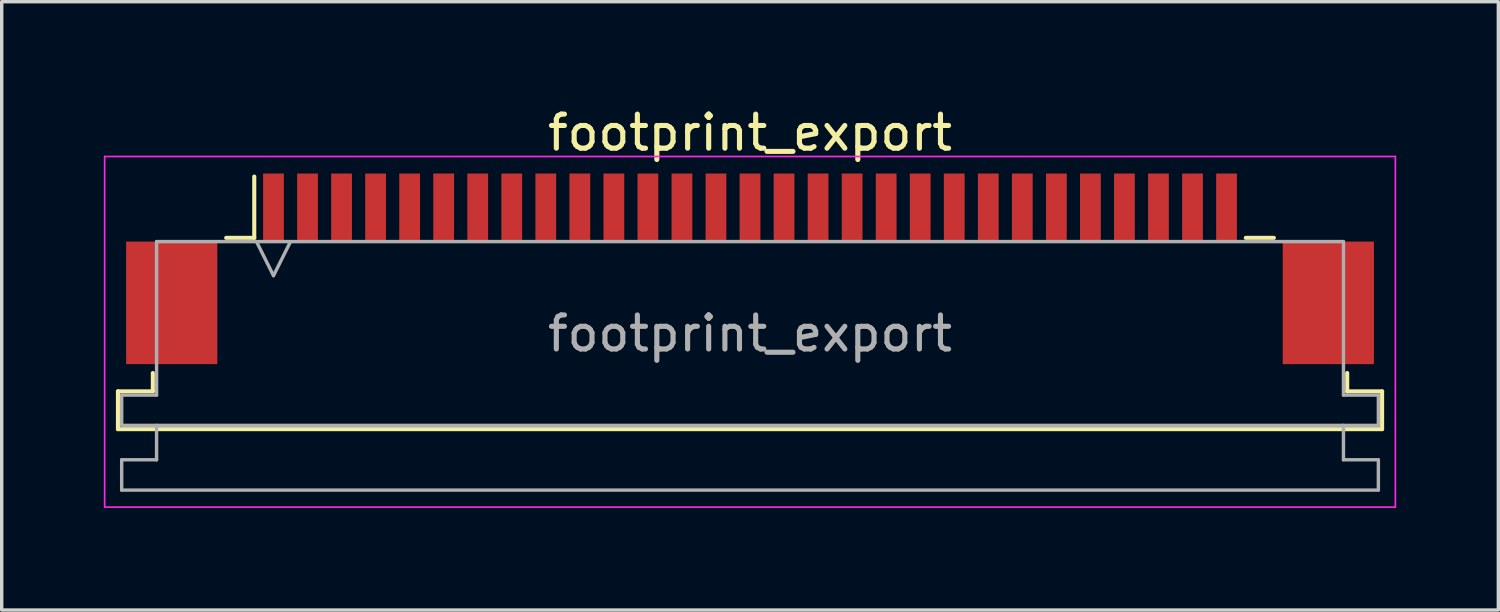
<source format=kicad_pcb>
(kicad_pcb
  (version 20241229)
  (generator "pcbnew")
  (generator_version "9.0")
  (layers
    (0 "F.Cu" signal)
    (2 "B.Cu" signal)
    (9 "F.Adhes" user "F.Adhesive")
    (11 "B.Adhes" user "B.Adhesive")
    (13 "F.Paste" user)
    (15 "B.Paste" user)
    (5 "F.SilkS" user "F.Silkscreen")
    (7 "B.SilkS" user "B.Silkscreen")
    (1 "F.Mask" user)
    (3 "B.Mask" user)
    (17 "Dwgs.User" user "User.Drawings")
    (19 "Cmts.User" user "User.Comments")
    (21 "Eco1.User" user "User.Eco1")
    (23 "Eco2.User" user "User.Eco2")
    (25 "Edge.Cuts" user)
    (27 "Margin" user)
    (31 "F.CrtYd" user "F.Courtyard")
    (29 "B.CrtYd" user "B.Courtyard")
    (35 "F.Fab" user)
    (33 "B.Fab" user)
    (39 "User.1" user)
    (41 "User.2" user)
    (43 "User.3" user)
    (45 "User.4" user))
  (footprint "footprint_export"
    (layer "F.Cu")
    (at 18.985 4.848)
    (property "Reference" "footprint_export" (at 0 -4 0) (layer "F.SilkS") (effects (font (size 1 1) (thickness 0.15))))
    (attr smd)
    (fp_line (start -18.57 3.6) (end -17.545 3.6) (stroke (width 0.12) (type solid)) (layer "F.SilkS"))
    (fp_line (start -18.57 4.71) (end -18.57 3.6) (stroke (width 0.12) (type solid)) (layer "F.SilkS"))
    (fp_line (start -17.545 3.6) (end -17.545 3.06) (stroke (width 0.12) (type solid)) (layer "F.SilkS"))
    (fp_line (start -15.39 -0.91) (end -14.565 -0.91) (stroke (width 0.12) (type solid)) (layer "F.SilkS"))
    (fp_line (start -14.565 -0.91) (end -14.565 -2.71) (stroke (width 0.12) (type solid)) (layer "F.SilkS"))
    (fp_line (start 14.565 -0.91) (end 15.39 -0.91) (stroke (width 0.12) (type solid)) (layer "F.SilkS"))
    (fp_line (start 17.545 3.06) (end 17.545 3.6) (stroke (width 0.12) (type solid)) (layer "F.SilkS"))
    (fp_line (start 17.545 3.6) (end 18.57 3.6) (stroke (width 0.12) (type solid)) (layer "F.SilkS"))
    (fp_line (start 18.57 3.6) (end 18.57 4.71) (stroke (width 0.12) (type solid)) (layer "F.SilkS"))
    (fp_line (start 18.57 4.71) (end -18.57 4.71) (stroke (width 0.12) (type solid)) (layer "F.SilkS"))
    (fp_line (start -18.96 -3.3) (end -18.96 7) (stroke (width 0.05) (type solid)) (layer "F.CrtYd"))
    (fp_line (start -18.96 7) (end 18.96 7) (stroke (width 0.05) (type solid)) (layer "F.CrtYd"))
    (fp_line (start 18.96 -3.3) (end -18.96 -3.3) (stroke (width 0.05) (type solid)) (layer "F.CrtYd"))
    (fp_line (start 18.96 7) (end 18.96 -3.3) (stroke (width 0.05) (type solid)) (layer "F.CrtYd"))
    (fp_line (start -18.46 3.71) (end -17.435 3.71) (stroke (width 0.1) (type solid)) (layer "F.Fab"))
    (fp_line (start -18.46 4.6) (end -18.46 3.71) (stroke (width 0.1) (type solid)) (layer "F.Fab"))
    (fp_line (start -18.46 5.61) (end -17.435 5.61) (stroke (width 0.1) (type solid)) (layer "F.Fab"))
    (fp_line (start -18.46 6.5) (end -18.46 5.61) (stroke (width 0.1) (type solid)) (layer "F.Fab"))
    (fp_line (start -17.435 -0.8) (end 17.435 -0.8) (stroke (width 0.1) (type solid)) (layer "F.Fab"))
    (fp_line (start -17.435 3.71) (end -17.435 -0.8) (stroke (width 0.1) (type solid)) (layer "F.Fab"))
    (fp_line (start -17.435 5.61) (end -17.435 4.6) (stroke (width 0.1) (type solid)) (layer "F.Fab"))
    (fp_line (start -14.5 -0.8) (end -14 0.2) (stroke (width 0.1) (type solid)) (layer "F.Fab"))
    (fp_line (start -14 0.2) (end -13.5 -0.8) (stroke (width 0.1) (type solid)) (layer "F.Fab"))
    (fp_line (start 17.435 -0.8) (end 17.435 3.71) (stroke (width 0.1) (type solid)) (layer "F.Fab"))
    (fp_line (start 17.435 3.71) (end 18.46 3.71) (stroke (width 0.1) (type solid)) (layer "F.Fab"))
    (fp_line (start 17.435 4.6) (end 17.435 5.61) (stroke (width 0.1) (type solid)) (layer "F.Fab"))
    (fp_line (start 17.435 5.61) (end 18.46 5.61) (stroke (width 0.1) (type solid)) (layer "F.Fab"))
    (fp_line (start 18.46 3.71) (end 18.46 4.6) (stroke (width 0.1) (type solid)) (layer "F.Fab"))
    (fp_line (start 18.46 4.6) (end -18.46 4.6) (stroke (width 0.1) (type solid)) (layer "F.Fab"))
    (fp_line (start 18.46 5.61) (end 18.46 6.5) (stroke (width 0.1) (type solid)) (layer "F.Fab"))
    (fp_line (start 18.46 6.5) (end -18.46 6.5) (stroke (width 0.1) (type solid)) (layer "F.Fab"))
    (fp_text user "${REFERENCE}" (at 0 1.9 0) (layer "F.Fab") (effects (font (size 1 1) (thickness 0.15))))
    (pad "1" smd rect (at -14 -1.8) (size 0.61 2) (layers "F.Cu" "F.Mask" "F.Paste"))
    (pad "2" smd rect (at -13 -1.8) (size 0.61 2) (layers "F.Cu" "F.Mask" "F.Paste"))
    (pad "3" smd rect (at -12 -1.8) (size 0.61 2) (layers "F.Cu" "F.Mask" "F.Paste"))
    (pad "4" smd rect (at -11 -1.8) (size 0.61 2) (layers "F.Cu" "F.Mask" "F.Paste"))
    (pad "5" smd rect (at -10 -1.8) (size 0.61 2) (layers "F.Cu" "F.Mask" "F.Paste"))
    (pad "6" smd rect (at -9 -1.8) (size 0.61 2) (layers "F.Cu" "F.Mask" "F.Paste"))
    (pad "7" smd rect (at -8 -1.8) (size 0.61 2) (layers "F.Cu" "F.Mask" "F.Paste"))
    (pad "8" smd rect (at -7 -1.8) (size 0.61 2) (layers "F.Cu" "F.Mask" "F.Paste"))
    (pad "9" smd rect (at -6 -1.8) (size 0.61 2) (layers "F.Cu" "F.Mask" "F.Paste"))
    (pad "10" smd rect (at -5 -1.8) (size 0.61 2) (layers "F.Cu" "F.Mask" "F.Paste"))
    (pad "11" smd rect (at -4 -1.8) (size 0.61 2) (layers "F.Cu" "F.Mask" "F.Paste"))
    (pad "12" smd rect (at -3 -1.8) (size 0.61 2) (layers "F.Cu" "F.Mask" "F.Paste"))
    (pad "13" smd rect (at -2 -1.8) (size 0.61 2) (layers "F.Cu" "F.Mask" "F.Paste"))
    (pad "14" smd rect (at -1 -1.8) (size 0.61 2) (layers "F.Cu" "F.Mask" "F.Paste"))
    (pad "15" smd rect (at 0 -1.8) (size 0.61 2) (layers "F.Cu" "F.Mask" "F.Paste"))
    (pad "16" smd rect (at 1 -1.8) (size 0.61 2) (layers "F.Cu" "F.Mask" "F.Paste"))
    (pad "17" smd rect (at 2 -1.8) (size 0.61 2) (layers "F.Cu" "F.Mask" "F.Paste"))
    (pad "18" smd rect (at 3 -1.8) (size 0.61 2) (layers "F.Cu" "F.Mask" "F.Paste"))
    (pad "19" smd rect (at 4 -1.8) (size 0.61 2) (layers "F.Cu" "F.Mask" "F.Paste"))
    (pad "20" smd rect (at 5 -1.8) (size 0.61 2) (layers "F.Cu" "F.Mask" "F.Paste"))
    (pad "21" smd rect (at 6 -1.8) (size 0.61 2) (layers "F.Cu" "F.Mask" "F.Paste"))
    (pad "22" smd rect (at 7 -1.8) (size 0.61 2) (layers "F.Cu" "F.Mask" "F.Paste"))
    (pad "23" smd rect (at 8 -1.8) (size 0.61 2) (layers "F.Cu" "F.Mask" "F.Paste"))
    (pad "24" smd rect (at 9 -1.8) (size 0.61 2) (layers "F.Cu" "F.Mask" "F.Paste"))
    (pad "25" smd rect (at 10 -1.8) (size 0.61 2) (layers "F.Cu" "F.Mask" "F.Paste"))
    (pad "26" smd rect (at 11 -1.8) (size 0.61 2) (layers "F.Cu" "F.Mask" "F.Paste"))
    (pad "27" smd rect (at 12 -1.8) (size 0.61 2) (layers "F.Cu" "F.Mask" "F.Paste"))
    (pad "28" smd rect (at 13 -1.8) (size 0.61 2) (layers "F.Cu" "F.Mask" "F.Paste"))
    (pad "29" smd rect (at 14 -1.8) (size 0.61 2) (layers "F.Cu" "F.Mask" "F.Paste"))
    (pad "MP" smd rect (at -16.99 1) (size 2.68 3.6) (layers "F.Cu" "F.Mask" "F.Paste"))
    (pad "MP" smd rect (at 16.99 1) (size 2.68 3.6) (layers "F.Cu" "F.Mask" "F.Paste")))
  (gr_rect
    (start -3 -3)
    (end 40.97 14.873)
    (stroke (width 0.1) (type default))
    (fill no)
    (layer "Edge.Cuts")))
</source>
